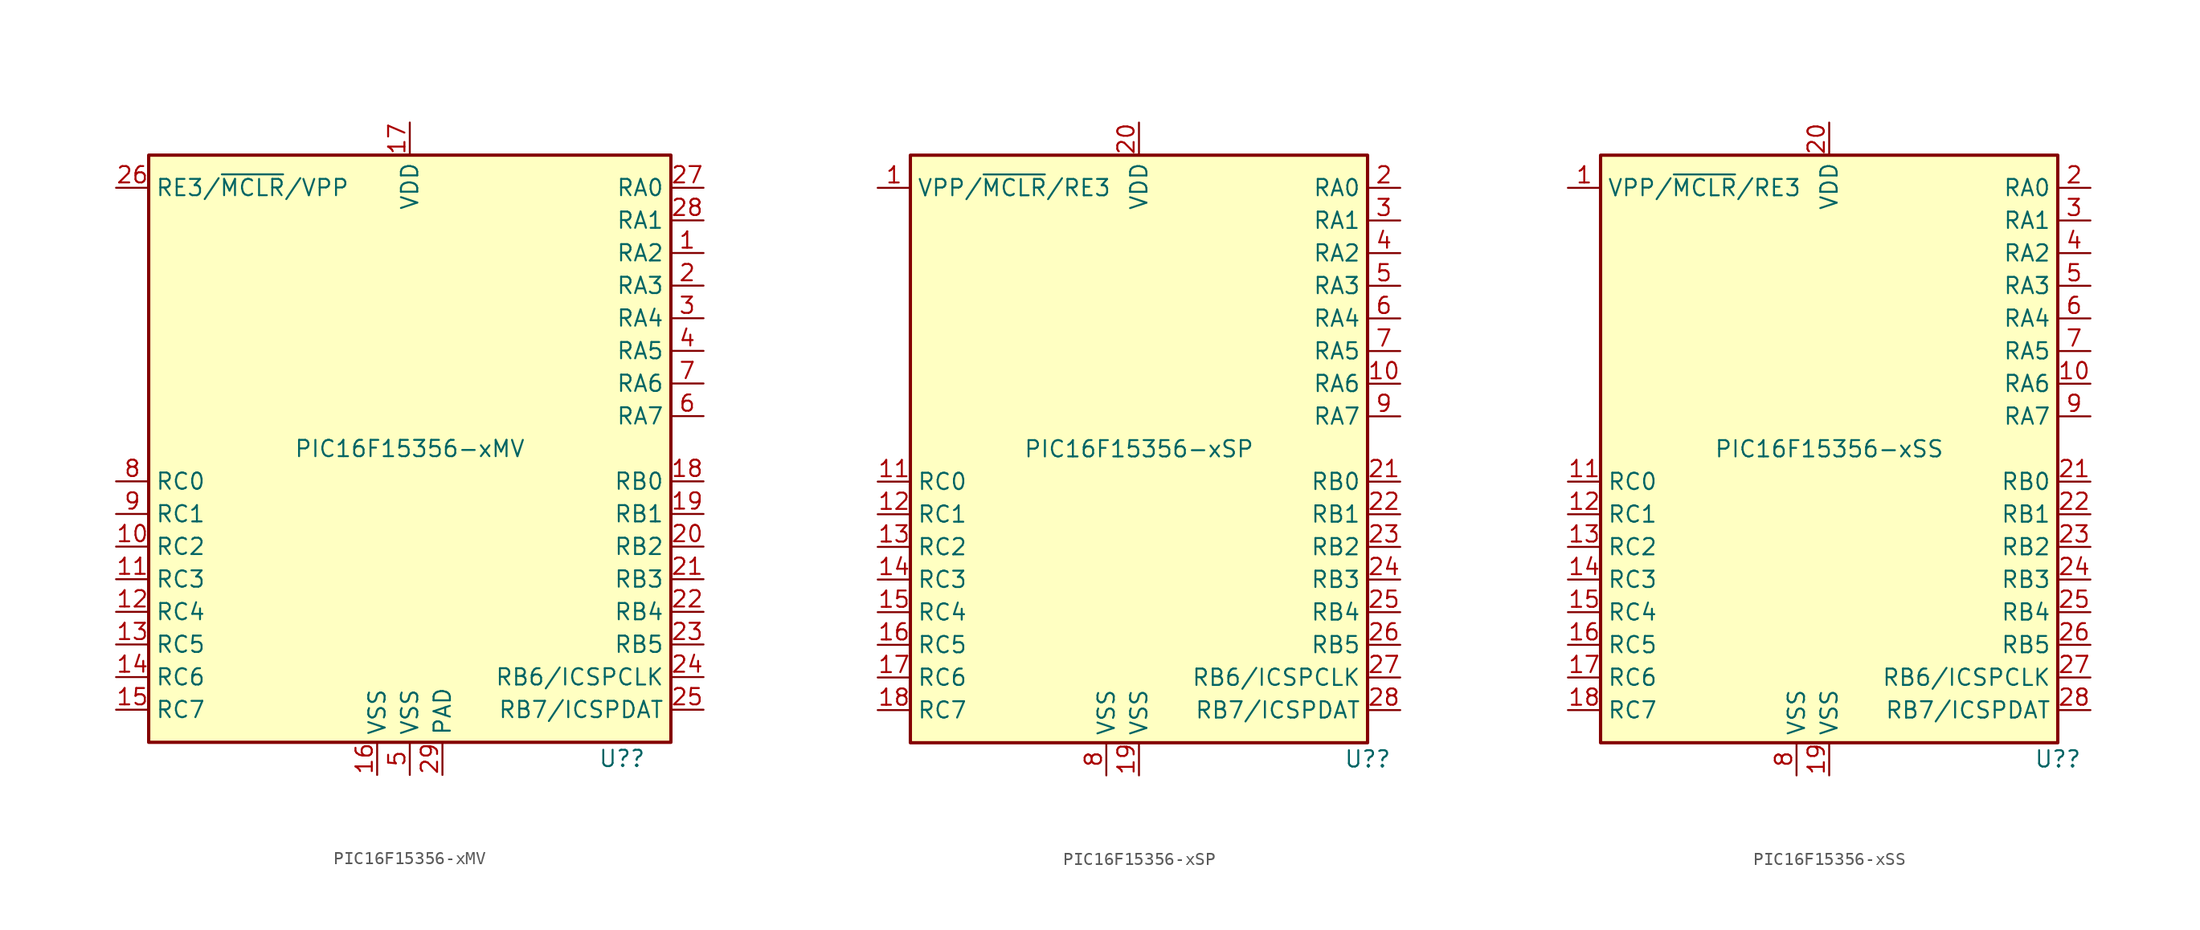
<source format=kicad_sym>
(kicad_symbol_lib
  (version 20201005)
  (generator kicad_symbol_editor)
  (symbol "PIC16F15356-xMV"
    (property "Reference" "U?"
      (at 16.51 -24.13 0)
      (effects (font (size 1.27 1.27))))
    (property "Value" "PIC16F15356-xMV"
      (at 0 0 0)
      (effects (font (size 1.27 1.27))))
    (symbol "PIC16F15356-xMV_0_0"
      (pin power_in line (at 2.54 -25.4 90) (length 2.54) (name "PAD" (effects (font (size 1.27 1.27)))) (number "29" (effects (font (size 1.27 1.27))))))
    (symbol "PIC16F15356-xMV_0_1"
      (rectangle (start -20.32 -22.86) (end 20.32 22.86) (stroke (width 0.254)) (fill (type background))))
    (symbol "PIC16F15356-xMV_1_1"
      (pin bidirectional line (at 22.86 15.24 180) (length 2.54) (name "RA2" (effects (font (size 1.27 1.27)))) (number "1" (effects (font (size 1.27 1.27)))))
      (pin bidirectional line (at -22.86 -7.62 0) (length 2.54) (name "RC2" (effects (font (size 1.27 1.27)))) (number "10" (effects (font (size 1.27 1.27)))))
      (pin bidirectional line (at -22.86 -10.16 0) (length 2.54) (name "RC3" (effects (font (size 1.27 1.27)))) (number "11" (effects (font (size 1.27 1.27)))))
      (pin bidirectional line (at -22.86 -12.7 0) (length 2.54) (name "RC4" (effects (font (size 1.27 1.27)))) (number "12" (effects (font (size 1.27 1.27)))))
      (pin bidirectional line (at -22.86 -15.24 0) (length 2.54) (name "RC5" (effects (font (size 1.27 1.27)))) (number "13" (effects (font (size 1.27 1.27)))))
      (pin bidirectional line (at -22.86 -17.78 0) (length 2.54) (name "RC6" (effects (font (size 1.27 1.27)))) (number "14" (effects (font (size 1.27 1.27)))))
      (pin bidirectional line (at -22.86 -20.32 0) (length 2.54) (name "RC7" (effects (font (size 1.27 1.27)))) (number "15" (effects (font (size 1.27 1.27)))))
      (pin power_in line (at -2.54 -25.4 90) (length 2.54) (name "VSS" (effects (font (size 1.27 1.27)))) (number "16" (effects (font (size 1.27 1.27)))))
      (pin power_in line (at 0 25.4 270) (length 2.54) (name "VDD" (effects (font (size 1.27 1.27)))) (number "17" (effects (font (size 1.27 1.27)))))
      (pin bidirectional line (at 22.86 -2.54 180) (length 2.54) (name "RB0" (effects (font (size 1.27 1.27)))) (number "18" (effects (font (size 1.27 1.27)))))
      (pin bidirectional line (at 22.86 -5.08 180) (length 2.54) (name "RB1" (effects (font (size 1.27 1.27)))) (number "19" (effects (font (size 1.27 1.27)))))
      (pin bidirectional line (at 22.86 12.7 180) (length 2.54) (name "RA3" (effects (font (size 1.27 1.27)))) (number "2" (effects (font (size 1.27 1.27)))))
      (pin bidirectional line (at 22.86 -7.62 180) (length 2.54) (name "RB2" (effects (font (size 1.27 1.27)))) (number "20" (effects (font (size 1.27 1.27)))))
      (pin bidirectional line (at 22.86 -10.16 180) (length 2.54) (name "RB3" (effects (font (size 1.27 1.27)))) (number "21" (effects (font (size 1.27 1.27)))))
      (pin bidirectional line (at 22.86 -12.7 180) (length 2.54) (name "RB4" (effects (font (size 1.27 1.27)))) (number "22" (effects (font (size 1.27 1.27)))))
      (pin bidirectional line (at 22.86 -15.24 180) (length 2.54) (name "RB5" (effects (font (size 1.27 1.27)))) (number "23" (effects (font (size 1.27 1.27)))))
      (pin bidirectional line (at 22.86 -17.78 180) (length 2.54) (name "RB6/ICSPCLK" (effects (font (size 1.27 1.27)))) (number "24" (effects (font (size 1.27 1.27)))))
      (pin bidirectional line (at 22.86 -20.32 180) (length 2.54) (name "RB7/ICSPDAT" (effects (font (size 1.27 1.27)))) (number "25" (effects (font (size 1.27 1.27)))))
      (pin bidirectional line (at -22.86 20.32 0) (length 2.54) (name "RE3/~MCLR~/VPP" (effects (font (size 1.27 1.27)))) (number "26" (effects (font (size 1.27 1.27)))))
      (pin bidirectional line (at 22.86 20.32 180) (length 2.54) (name "RA0" (effects (font (size 1.27 1.27)))) (number "27" (effects (font (size 1.27 1.27)))))
      (pin bidirectional line (at 22.86 17.78 180) (length 2.54) (name "RA1" (effects (font (size 1.27 1.27)))) (number "28" (effects (font (size 1.27 1.27)))))
      (pin bidirectional line (at 22.86 10.16 180) (length 2.54) (name "RA4" (effects (font (size 1.27 1.27)))) (number "3" (effects (font (size 1.27 1.27)))))
      (pin bidirectional line (at 22.86 7.62 180) (length 2.54) (name "RA5" (effects (font (size 1.27 1.27)))) (number "4" (effects (font (size 1.27 1.27)))))
      (pin power_in line (at 0 -25.4 90) (length 2.54) (name "VSS" (effects (font (size 1.27 1.27)))) (number "5" (effects (font (size 1.27 1.27)))))
      (pin bidirectional line (at 22.86 2.54 180) (length 2.54) (name "RA7" (effects (font (size 1.27 1.27)))) (number "6" (effects (font (size 1.27 1.27)))))
      (pin bidirectional line (at 22.86 5.08 180) (length 2.54) (name "RA6" (effects (font (size 1.27 1.27)))) (number "7" (effects (font (size 1.27 1.27)))))
      (pin bidirectional line (at -22.86 -2.54 0) (length 2.54) (name "RC0" (effects (font (size 1.27 1.27)))) (number "8" (effects (font (size 1.27 1.27)))))
      (pin bidirectional line (at -22.86 -5.08 0) (length 2.54) (name "RC1" (effects (font (size 1.27 1.27)))) (number "9" (effects (font (size 1.27 1.27)))))))
  (symbol "PIC16F15356-xSP"
    (property "Reference" "U?"
      (at 17.78 -24.13 0)
      (effects (font (size 1.27 1.27))))
    (property "Value" "PIC16F15356-xSP"
      (at 0 0 0)
      (effects (font (size 1.27 1.27))))
    (symbol "PIC16F15356-xSP_0_1"
      (rectangle (start 17.78 22.86) (end -17.78 -22.86) (stroke (width 0.254)) (fill (type background))))
    (symbol "PIC16F15356-xSP_1_1"
      (pin bidirectional line (at -20.32 20.32 0) (length 2.54) (name "VPP/~MCLR~/RE3" (effects (font (size 1.27 1.27)))) (number "1" (effects (font (size 1.27 1.27)))))
      (pin bidirectional line (at 20.32 5.08 180) (length 2.54) (name "RA6" (effects (font (size 1.27 1.27)))) (number "10" (effects (font (size 1.27 1.27)))))
      (pin bidirectional line (at -20.32 -2.54 0) (length 2.54) (name "RC0" (effects (font (size 1.27 1.27)))) (number "11" (effects (font (size 1.27 1.27)))))
      (pin bidirectional line (at -20.32 -5.08 0) (length 2.54) (name "RC1" (effects (font (size 1.27 1.27)))) (number "12" (effects (font (size 1.27 1.27)))))
      (pin bidirectional line (at -20.32 -7.62 0) (length 2.54) (name "RC2" (effects (font (size 1.27 1.27)))) (number "13" (effects (font (size 1.27 1.27)))))
      (pin bidirectional line (at -20.32 -10.16 0) (length 2.54) (name "RC3" (effects (font (size 1.27 1.27)))) (number "14" (effects (font (size 1.27 1.27)))))
      (pin bidirectional line (at -20.32 -12.7 0) (length 2.54) (name "RC4" (effects (font (size 1.27 1.27)))) (number "15" (effects (font (size 1.27 1.27)))))
      (pin bidirectional line (at -20.32 -15.24 0) (length 2.54) (name "RC5" (effects (font (size 1.27 1.27)))) (number "16" (effects (font (size 1.27 1.27)))))
      (pin bidirectional line (at -20.32 -17.78 0) (length 2.54) (name "RC6" (effects (font (size 1.27 1.27)))) (number "17" (effects (font (size 1.27 1.27)))))
      (pin bidirectional line (at -20.32 -20.32 0) (length 2.54) (name "RC7" (effects (font (size 1.27 1.27)))) (number "18" (effects (font (size 1.27 1.27)))))
      (pin power_in line (at 0 -25.4 90) (length 2.54) (name "VSS" (effects (font (size 1.27 1.27)))) (number "19" (effects (font (size 1.27 1.27)))))
      (pin bidirectional line (at 20.32 20.32 180) (length 2.54) (name "RA0" (effects (font (size 1.27 1.27)))) (number "2" (effects (font (size 1.27 1.27)))))
      (pin power_in line (at 0 25.4 270) (length 2.54) (name "VDD" (effects (font (size 1.27 1.27)))) (number "20" (effects (font (size 1.27 1.27)))))
      (pin bidirectional line (at 20.32 -2.54 180) (length 2.54) (name "RB0" (effects (font (size 1.27 1.27)))) (number "21" (effects (font (size 1.27 1.27)))))
      (pin bidirectional line (at 20.32 -5.08 180) (length 2.54) (name "RB1" (effects (font (size 1.27 1.27)))) (number "22" (effects (font (size 1.27 1.27)))))
      (pin bidirectional line (at 20.32 -7.62 180) (length 2.54) (name "RB2" (effects (font (size 1.27 1.27)))) (number "23" (effects (font (size 1.27 1.27)))))
      (pin bidirectional line (at 20.32 -10.16 180) (length 2.54) (name "RB3" (effects (font (size 1.27 1.27)))) (number "24" (effects (font (size 1.27 1.27)))))
      (pin bidirectional line (at 20.32 -12.7 180) (length 2.54) (name "RB4" (effects (font (size 1.27 1.27)))) (number "25" (effects (font (size 1.27 1.27)))))
      (pin bidirectional line (at 20.32 -15.24 180) (length 2.54) (name "RB5" (effects (font (size 1.27 1.27)))) (number "26" (effects (font (size 1.27 1.27)))))
      (pin bidirectional line (at 20.32 -17.78 180) (length 2.54) (name "RB6/ICSPCLK" (effects (font (size 1.27 1.27)))) (number "27" (effects (font (size 1.27 1.27)))))
      (pin bidirectional line (at 20.32 -20.32 180) (length 2.54) (name "RB7/ICSPDAT" (effects (font (size 1.27 1.27)))) (number "28" (effects (font (size 1.27 1.27)))))
      (pin bidirectional line (at 20.32 17.78 180) (length 2.54) (name "RA1" (effects (font (size 1.27 1.27)))) (number "3" (effects (font (size 1.27 1.27)))))
      (pin bidirectional line (at 20.32 15.24 180) (length 2.54) (name "RA2" (effects (font (size 1.27 1.27)))) (number "4" (effects (font (size 1.27 1.27)))))
      (pin bidirectional line (at 20.32 12.7 180) (length 2.54) (name "RA3" (effects (font (size 1.27 1.27)))) (number "5" (effects (font (size 1.27 1.27)))))
      (pin bidirectional line (at 20.32 10.16 180) (length 2.54) (name "RA4" (effects (font (size 1.27 1.27)))) (number "6" (effects (font (size 1.27 1.27)))))
      (pin bidirectional line (at 20.32 7.62 180) (length 2.54) (name "RA5" (effects (font (size 1.27 1.27)))) (number "7" (effects (font (size 1.27 1.27)))))
      (pin power_in line (at -2.54 -25.4 90) (length 2.54) (name "VSS" (effects (font (size 1.27 1.27)))) (number "8" (effects (font (size 1.27 1.27)))))
      (pin bidirectional line (at 20.32 2.54 180) (length 2.54) (name "RA7" (effects (font (size 1.27 1.27)))) (number "9" (effects (font (size 1.27 1.27)))))))
  (symbol "PIC16F15356-xSS"
    (property "Reference" "U?"
      (at 17.78 -24.13 0)
      (effects (font (size 1.27 1.27))))
    (property "Value" "PIC16F15356-xSS"
      (at 0 0 0)
      (effects (font (size 1.27 1.27))))
    (symbol "PIC16F15356-xSS_0_1"
      (rectangle (start 17.78 22.86) (end -17.78 -22.86) (stroke (width 0.254)) (fill (type background))))
    (symbol "PIC16F15356-xSS_1_1"
      (pin bidirectional line (at -20.32 20.32 0) (length 2.54) (name "VPP/~MCLR~/RE3" (effects (font (size 1.27 1.27)))) (number "1" (effects (font (size 1.27 1.27)))))
      (pin bidirectional line (at 20.32 5.08 180) (length 2.54) (name "RA6" (effects (font (size 1.27 1.27)))) (number "10" (effects (font (size 1.27 1.27)))))
      (pin bidirectional line (at -20.32 -2.54 0) (length 2.54) (name "RC0" (effects (font (size 1.27 1.27)))) (number "11" (effects (font (size 1.27 1.27)))))
      (pin bidirectional line (at -20.32 -5.08 0) (length 2.54) (name "RC1" (effects (font (size 1.27 1.27)))) (number "12" (effects (font (size 1.27 1.27)))))
      (pin bidirectional line (at -20.32 -7.62 0) (length 2.54) (name "RC2" (effects (font (size 1.27 1.27)))) (number "13" (effects (font (size 1.27 1.27)))))
      (pin bidirectional line (at -20.32 -10.16 0) (length 2.54) (name "RC3" (effects (font (size 1.27 1.27)))) (number "14" (effects (font (size 1.27 1.27)))))
      (pin bidirectional line (at -20.32 -12.7 0) (length 2.54) (name "RC4" (effects (font (size 1.27 1.27)))) (number "15" (effects (font (size 1.27 1.27)))))
      (pin bidirectional line (at -20.32 -15.24 0) (length 2.54) (name "RC5" (effects (font (size 1.27 1.27)))) (number "16" (effects (font (size 1.27 1.27)))))
      (pin bidirectional line (at -20.32 -17.78 0) (length 2.54) (name "RC6" (effects (font (size 1.27 1.27)))) (number "17" (effects (font (size 1.27 1.27)))))
      (pin bidirectional line (at -20.32 -20.32 0) (length 2.54) (name "RC7" (effects (font (size 1.27 1.27)))) (number "18" (effects (font (size 1.27 1.27)))))
      (pin power_in line (at 0 -25.4 90) (length 2.54) (name "VSS" (effects (font (size 1.27 1.27)))) (number "19" (effects (font (size 1.27 1.27)))))
      (pin bidirectional line (at 20.32 20.32 180) (length 2.54) (name "RA0" (effects (font (size 1.27 1.27)))) (number "2" (effects (font (size 1.27 1.27)))))
      (pin power_in line (at 0 25.4 270) (length 2.54) (name "VDD" (effects (font (size 1.27 1.27)))) (number "20" (effects (font (size 1.27 1.27)))))
      (pin bidirectional line (at 20.32 -2.54 180) (length 2.54) (name "RB0" (effects (font (size 1.27 1.27)))) (number "21" (effects (font (size 1.27 1.27)))))
      (pin bidirectional line (at 20.32 -5.08 180) (length 2.54) (name "RB1" (effects (font (size 1.27 1.27)))) (number "22" (effects (font (size 1.27 1.27)))))
      (pin bidirectional line (at 20.32 -7.62 180) (length 2.54) (name "RB2" (effects (font (size 1.27 1.27)))) (number "23" (effects (font (size 1.27 1.27)))))
      (pin bidirectional line (at 20.32 -10.16 180) (length 2.54) (name "RB3" (effects (font (size 1.27 1.27)))) (number "24" (effects (font (size 1.27 1.27)))))
      (pin bidirectional line (at 20.32 -12.7 180) (length 2.54) (name "RB4" (effects (font (size 1.27 1.27)))) (number "25" (effects (font (size 1.27 1.27)))))
      (pin bidirectional line (at 20.32 -15.24 180) (length 2.54) (name "RB5" (effects (font (size 1.27 1.27)))) (number "26" (effects (font (size 1.27 1.27)))))
      (pin bidirectional line (at 20.32 -17.78 180) (length 2.54) (name "RB6/ICSPCLK" (effects (font (size 1.27 1.27)))) (number "27" (effects (font (size 1.27 1.27)))))
      (pin bidirectional line (at 20.32 -20.32 180) (length 2.54) (name "RB7/ICSPDAT" (effects (font (size 1.27 1.27)))) (number "28" (effects (font (size 1.27 1.27)))))
      (pin bidirectional line (at 20.32 17.78 180) (length 2.54) (name "RA1" (effects (font (size 1.27 1.27)))) (number "3" (effects (font (size 1.27 1.27)))))
      (pin bidirectional line (at 20.32 15.24 180) (length 2.54) (name "RA2" (effects (font (size 1.27 1.27)))) (number "4" (effects (font (size 1.27 1.27)))))
      (pin bidirectional line (at 20.32 12.7 180) (length 2.54) (name "RA3" (effects (font (size 1.27 1.27)))) (number "5" (effects (font (size 1.27 1.27)))))
      (pin bidirectional line (at 20.32 10.16 180) (length 2.54) (name "RA4" (effects (font (size 1.27 1.27)))) (number "6" (effects (font (size 1.27 1.27)))))
      (pin bidirectional line (at 20.32 7.62 180) (length 2.54) (name "RA5" (effects (font (size 1.27 1.27)))) (number "7" (effects (font (size 1.27 1.27)))))
      (pin power_in line (at -2.54 -25.4 90) (length 2.54) (name "VSS" (effects (font (size 1.27 1.27)))) (number "8" (effects (font (size 1.27 1.27)))))
      (pin bidirectional line (at 20.32 2.54 180) (length 2.54) (name "RA7" (effects (font (size 1.27 1.27)))) (number "9" (effects (font (size 1.27 1.27))))))))
</source>
